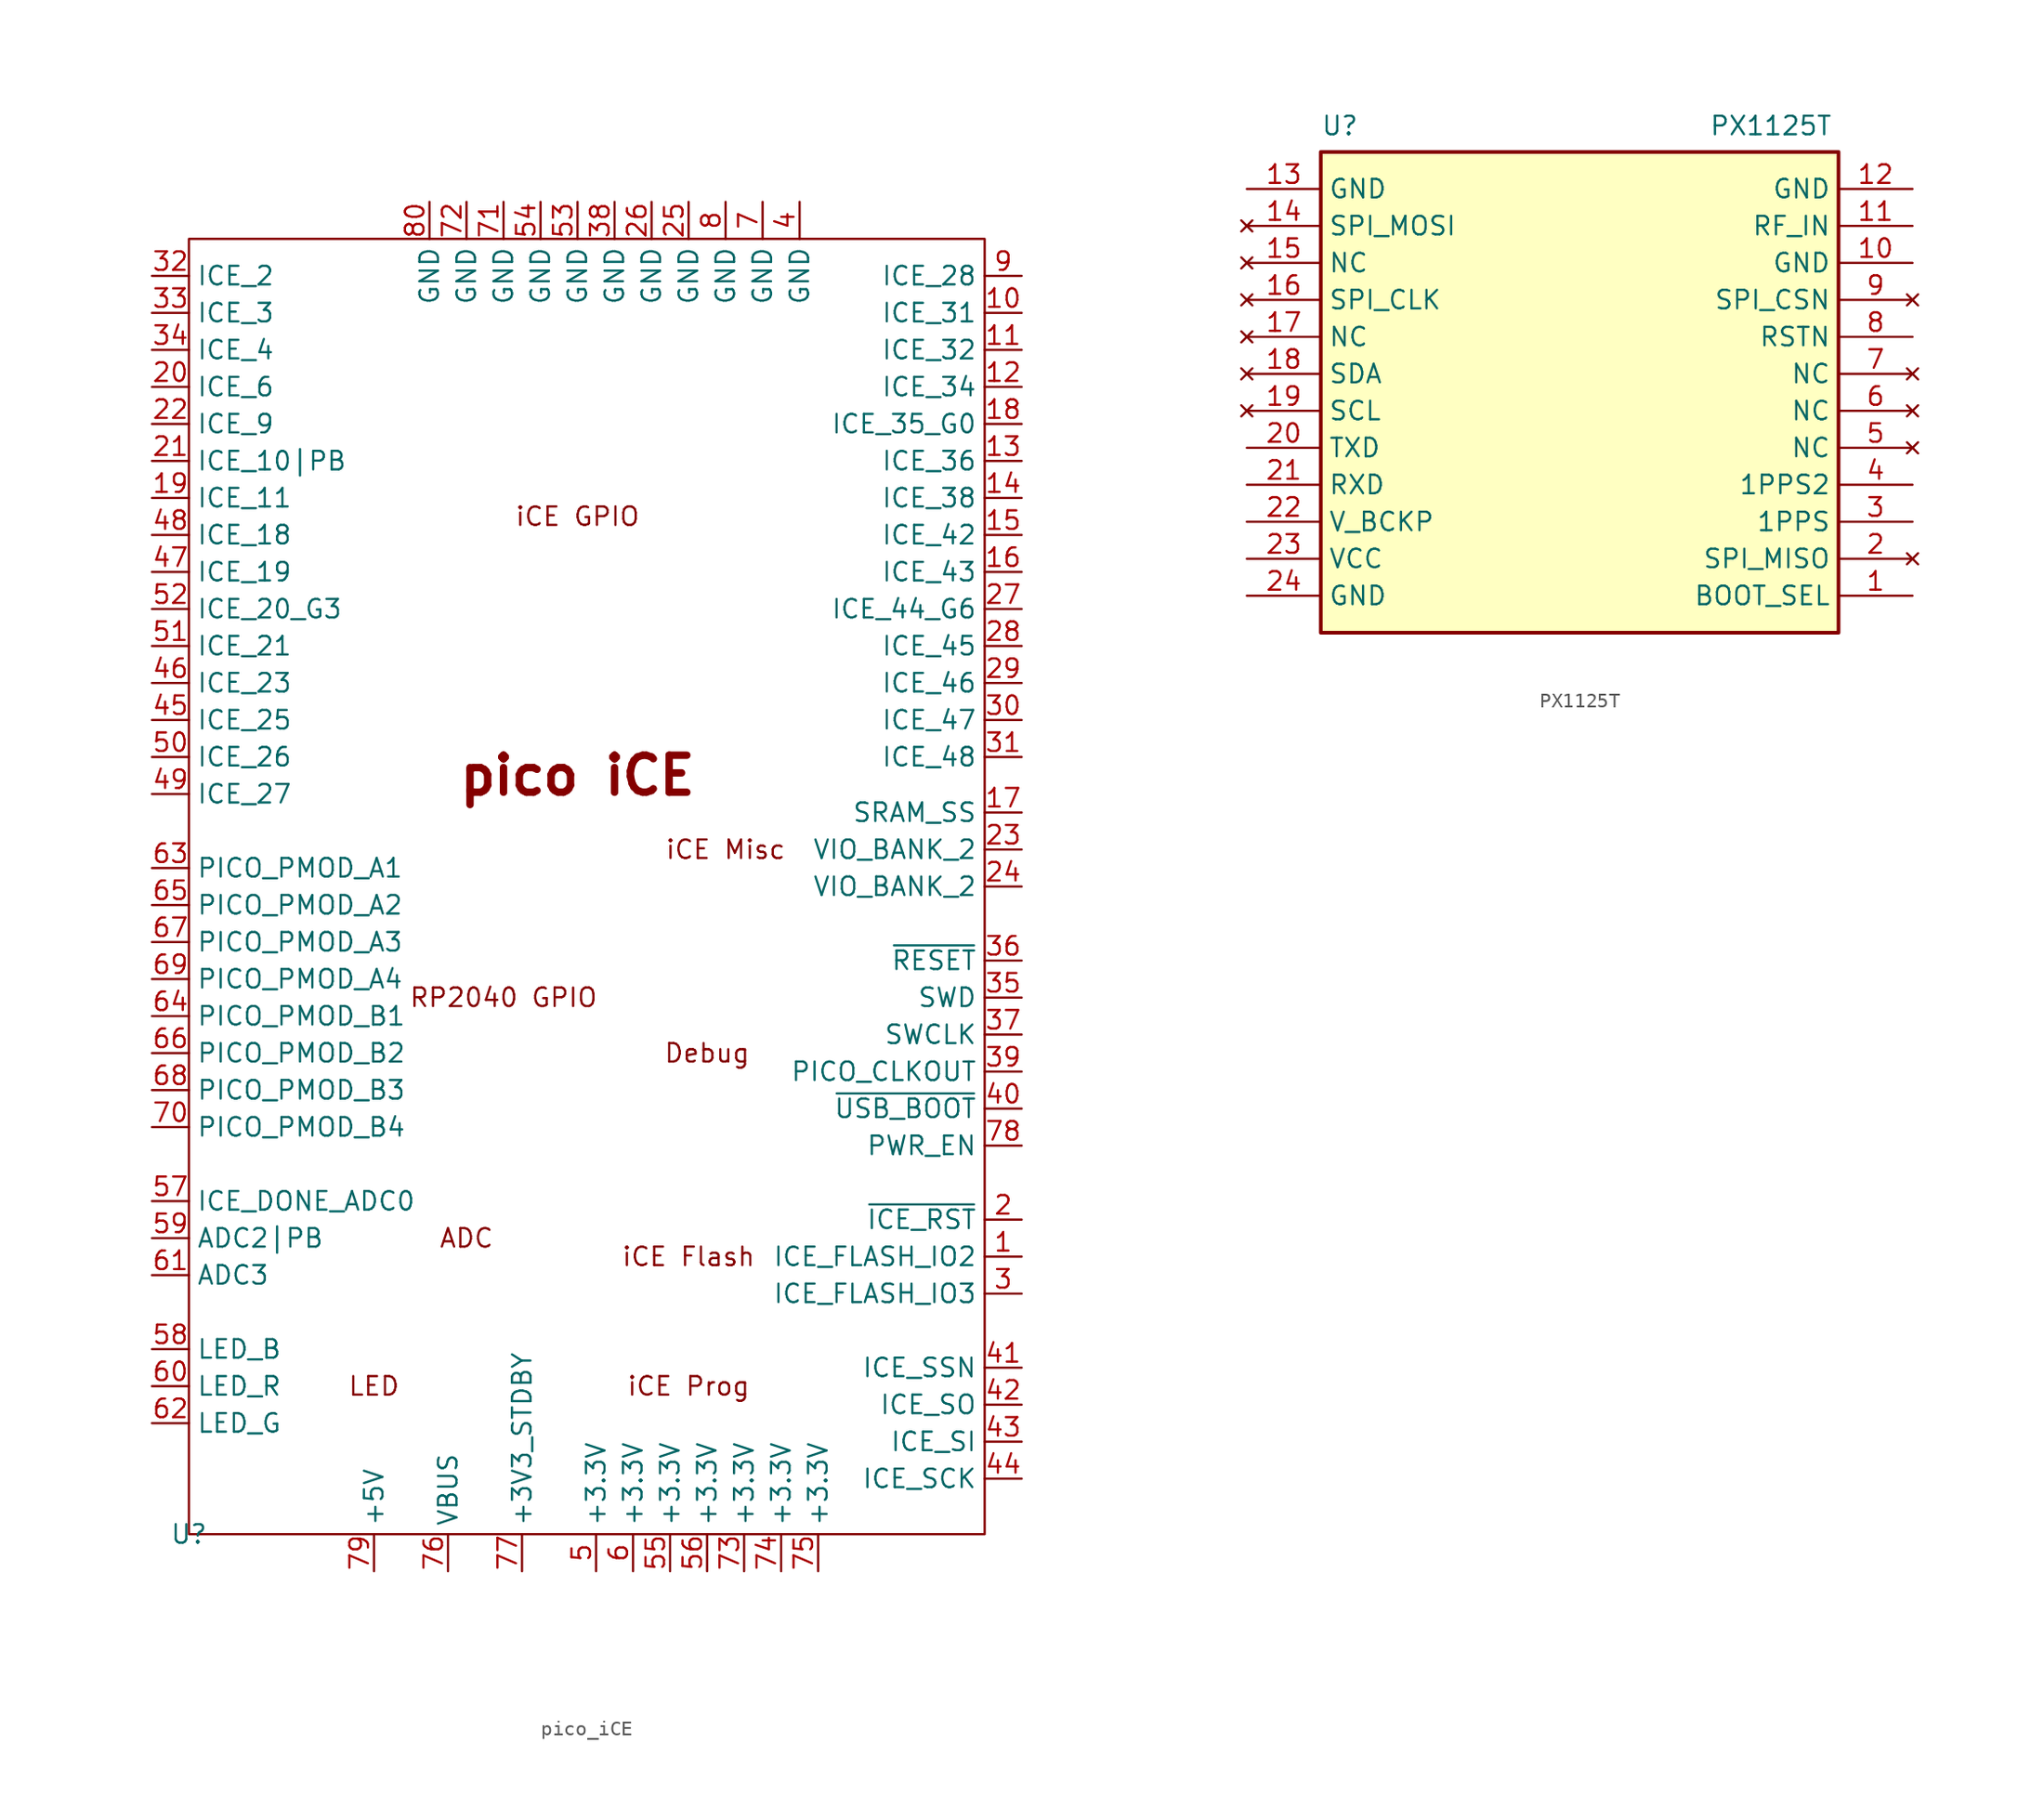
<source format=kicad_sym>
(kicad_symbol_lib
  (version 20220914)
  (generator kicad_symbol_editor)
  (symbol "pico_iCE"
    (property "Reference" "U"
      (at 0 0 0)
      (effects (font (size 1.27 1.27))))
    (property "Value" ""
      (at 0 0 0)
      (effects (font (size 1.27 1.27))))
    (symbol "pico_iCE_0_1"
      (rectangle (start 0 88.9) (end 54.61 0) (stroke (width 0) (type default)) (fill (type none))))
    (symbol "pico_iCE_1_1"
      (text "ADC" (at 19.05 20.32 0) (effects (font (size 1.27 1.27))))
      (text "Debug" (at 35.56 33.02 0) (effects (font (size 1.27 1.27))))
      (text "iCE Flash" (at 34.29 19.05 0) (effects (font (size 1.27 1.27))))
      (text "iCE GPIO" (at 26.67 69.85 0) (effects (font (size 1.27 1.27))))
      (text "iCE Misc" (at 36.83 46.99 0) (effects (font (size 1.27 1.27))))
      (text "iCE Prog" (at 34.29 10.16 0) (effects (font (size 1.27 1.27))))
      (text "LED" (at 12.7 10.16 0) (effects (font (size 1.27 1.27))))
      (text "pico iCE" (at 26.67 52.07 0) (effects (font (size 2.54 2.54) bold)))
      (text "RP2040 GPIO" (at 21.59 36.83 0) (effects (font (size 1.27 1.27))))
      (pin bidirectional line (at 57.15 19.05 180) (length 2.54) (name "ICE_FLASH_IO2" (effects (font (size 1.27 1.27)))) (number "1" (effects (font (size 1.27 1.27)))))
      (pin bidirectional line (at 57.15 83.82 180) (length 2.54) (name "ICE_31" (effects (font (size 1.27 1.27)))) (number "10" (effects (font (size 1.27 1.27)))))
      (pin bidirectional line (at 57.15 81.28 180) (length 2.54) (name "ICE_32" (effects (font (size 1.27 1.27)))) (number "11" (effects (font (size 1.27 1.27)))))
      (pin bidirectional line (at 57.15 78.74 180) (length 2.54) (name "ICE_34" (effects (font (size 1.27 1.27)))) (number "12" (effects (font (size 1.27 1.27)))))
      (pin bidirectional line (at 57.15 73.66 180) (length 2.54) (name "ICE_36" (effects (font (size 1.27 1.27)))) (number "13" (effects (font (size 1.27 1.27)))))
      (pin bidirectional line (at 57.15 71.12 180) (length 2.54) (name "ICE_38" (effects (font (size 1.27 1.27)))) (number "14" (effects (font (size 1.27 1.27)))))
      (pin bidirectional line (at 57.15 68.58 180) (length 2.54) (name "ICE_42" (effects (font (size 1.27 1.27)))) (number "15" (effects (font (size 1.27 1.27)))))
      (pin bidirectional line (at 57.15 66.04 180) (length 2.54) (name "ICE_43" (effects (font (size 1.27 1.27)))) (number "16" (effects (font (size 1.27 1.27)))))
      (pin bidirectional line (at 57.15 49.53 180) (length 2.54) (name "SRAM_SS" (effects (font (size 1.27 1.27)))) (number "17" (effects (font (size 1.27 1.27)))))
      (pin bidirectional line (at 57.15 76.2 180) (length 2.54) (name "ICE_35_G0" (effects (font (size 1.27 1.27)))) (number "18" (effects (font (size 1.27 1.27)))))
      (pin bidirectional line (at -2.54 71.12 0) (length 2.54) (name "ICE_11" (effects (font (size 1.27 1.27)))) (number "19" (effects (font (size 1.27 1.27)))))
      (pin bidirectional line (at 57.15 21.59 180) (length 2.54) (name "~{ICE_RST}" (effects (font (size 1.27 1.27)))) (number "2" (effects (font (size 1.27 1.27)))))
      (pin bidirectional line (at -2.54 78.74 0) (length 2.54) (name "ICE_6" (effects (font (size 1.27 1.27)))) (number "20" (effects (font (size 1.27 1.27)))))
      (pin bidirectional line (at -2.54 73.66 0) (length 2.54) (name "ICE_10|PB" (effects (font (size 1.27 1.27)))) (number "21" (effects (font (size 1.27 1.27)))))
      (pin bidirectional line (at -2.54 76.2 0) (length 2.54) (name "ICE_9" (effects (font (size 1.27 1.27)))) (number "22" (effects (font (size 1.27 1.27)))))
      (pin bidirectional line (at 57.15 46.99 180) (length 2.54) (name "VIO_BANK_2" (effects (font (size 1.27 1.27)))) (number "23" (effects (font (size 1.27 1.27)))))
      (pin bidirectional line (at 57.15 44.45 180) (length 2.54) (name "VIO_BANK_2" (effects (font (size 1.27 1.27)))) (number "24" (effects (font (size 1.27 1.27)))))
      (pin passive line (at 34.29 91.44 270) (length 2.54) (name "GND" (effects (font (size 1.27 1.27)))) (number "25" (effects (font (size 1.27 1.27)))))
      (pin passive line (at 31.75 91.44 270) (length 2.54) (name "GND" (effects (font (size 1.27 1.27)))) (number "26" (effects (font (size 1.27 1.27)))))
      (pin bidirectional line (at 57.15 63.5 180) (length 2.54) (name "ICE_44_G6" (effects (font (size 1.27 1.27)))) (number "27" (effects (font (size 1.27 1.27)))))
      (pin bidirectional line (at 57.15 60.96 180) (length 2.54) (name "ICE_45" (effects (font (size 1.27 1.27)))) (number "28" (effects (font (size 1.27 1.27)))))
      (pin bidirectional line (at 57.15 58.42 180) (length 2.54) (name "ICE_46" (effects (font (size 1.27 1.27)))) (number "29" (effects (font (size 1.27 1.27)))))
      (pin bidirectional line (at 57.15 16.51 180) (length 2.54) (name "ICE_FLASH_IO3" (effects (font (size 1.27 1.27)))) (number "3" (effects (font (size 1.27 1.27)))))
      (pin bidirectional line (at 57.15 55.88 180) (length 2.54) (name "ICE_47" (effects (font (size 1.27 1.27)))) (number "30" (effects (font (size 1.27 1.27)))))
      (pin bidirectional line (at 57.15 53.34 180) (length 2.54) (name "ICE_48" (effects (font (size 1.27 1.27)))) (number "31" (effects (font (size 1.27 1.27)))))
      (pin bidirectional line (at -2.54 86.36 0) (length 2.54) (name "ICE_2" (effects (font (size 1.27 1.27)))) (number "32" (effects (font (size 1.27 1.27)))))
      (pin bidirectional line (at -2.54 83.82 0) (length 2.54) (name "ICE_3" (effects (font (size 1.27 1.27)))) (number "33" (effects (font (size 1.27 1.27)))))
      (pin bidirectional line (at -2.54 81.28 0) (length 2.54) (name "ICE_4" (effects (font (size 1.27 1.27)))) (number "34" (effects (font (size 1.27 1.27)))))
      (pin bidirectional line (at 57.15 36.83 180) (length 2.54) (name "SWD" (effects (font (size 1.27 1.27)))) (number "35" (effects (font (size 1.27 1.27)))))
      (pin bidirectional line (at 57.15 39.37 180) (length 2.54) (name "~{RESET}" (effects (font (size 1.27 1.27)))) (number "36" (effects (font (size 1.27 1.27)))))
      (pin bidirectional line (at 57.15 34.29 180) (length 2.54) (name "SWCLK" (effects (font (size 1.27 1.27)))) (number "37" (effects (font (size 1.27 1.27)))))
      (pin passive line (at 29.21 91.44 270) (length 2.54) (name "GND" (effects (font (size 1.27 1.27)))) (number "38" (effects (font (size 1.27 1.27)))))
      (pin output line (at 57.15 31.75 180) (length 2.54) (name "PICO_CLKOUT" (effects (font (size 1.27 1.27)))) (number "39" (effects (font (size 1.27 1.27)))))
      (pin power_out line (at 41.91 91.44 270) (length 2.54) (name "GND" (effects (font (size 1.27 1.27)))) (number "4" (effects (font (size 1.27 1.27)))))
      (pin input line (at 57.15 29.21 180) (length 2.54) (name "~{USB_BOOT}" (effects (font (size 1.27 1.27)))) (number "40" (effects (font (size 1.27 1.27)))))
      (pin bidirectional line (at 57.15 11.43 180) (length 2.54) (name "ICE_SSN" (effects (font (size 1.27 1.27)))) (number "41" (effects (font (size 1.27 1.27)))))
      (pin bidirectional line (at 57.15 8.89 180) (length 2.54) (name "ICE_SO" (effects (font (size 1.27 1.27)))) (number "42" (effects (font (size 1.27 1.27)))))
      (pin bidirectional line (at 57.15 6.35 180) (length 2.54) (name "ICE_SI" (effects (font (size 1.27 1.27)))) (number "43" (effects (font (size 1.27 1.27)))))
      (pin bidirectional line (at 57.15 3.81 180) (length 2.54) (name "ICE_SCK" (effects (font (size 1.27 1.27)))) (number "44" (effects (font (size 1.27 1.27)))))
      (pin bidirectional line (at -2.54 55.88 0) (length 2.54) (name "ICE_25" (effects (font (size 1.27 1.27)))) (number "45" (effects (font (size 1.27 1.27)))))
      (pin bidirectional line (at -2.54 58.42 0) (length 2.54) (name "ICE_23" (effects (font (size 1.27 1.27)))) (number "46" (effects (font (size 1.27 1.27)))))
      (pin bidirectional line (at -2.54 66.04 0) (length 2.54) (name "ICE_19" (effects (font (size 1.27 1.27)))) (number "47" (effects (font (size 1.27 1.27)))))
      (pin bidirectional line (at -2.54 68.58 0) (length 2.54) (name "ICE_18" (effects (font (size 1.27 1.27)))) (number "48" (effects (font (size 1.27 1.27)))))
      (pin bidirectional line (at -2.54 50.8 0) (length 2.54) (name "ICE_27" (effects (font (size 1.27 1.27)))) (number "49" (effects (font (size 1.27 1.27)))))
      (pin power_out line (at 27.94 -2.54 90) (length 2.54) (name "+3.3V" (effects (font (size 1.27 1.27)))) (number "5" (effects (font (size 1.27 1.27)))))
      (pin bidirectional line (at -2.54 53.34 0) (length 2.54) (name "ICE_26" (effects (font (size 1.27 1.27)))) (number "50" (effects (font (size 1.27 1.27)))))
      (pin bidirectional line (at -2.54 60.96 0) (length 2.54) (name "ICE_21" (effects (font (size 1.27 1.27)))) (number "51" (effects (font (size 1.27 1.27)))))
      (pin bidirectional line (at -2.54 63.5 0) (length 2.54) (name "ICE_20_G3" (effects (font (size 1.27 1.27)))) (number "52" (effects (font (size 1.27 1.27)))))
      (pin passive line (at 26.67 91.44 270) (length 2.54) (name "GND" (effects (font (size 1.27 1.27)))) (number "53" (effects (font (size 1.27 1.27)))))
      (pin passive line (at 24.13 91.44 270) (length 2.54) (name "GND" (effects (font (size 1.27 1.27)))) (number "54" (effects (font (size 1.27 1.27)))))
      (pin passive line (at 33.02 -2.54 90) (length 2.54) (name "+3.3V" (effects (font (size 1.27 1.27)))) (number "55" (effects (font (size 1.27 1.27)))))
      (pin passive line (at 35.56 -2.54 90) (length 2.54) (name "+3.3V" (effects (font (size 1.27 1.27)))) (number "56" (effects (font (size 1.27 1.27)))))
      (pin input line (at -2.54 22.86 0) (length 2.54) (name "ICE_DONE_ADC0" (effects (font (size 1.27 1.27)))) (number "57" (effects (font (size 1.27 1.27)))))
      (pin output line (at -2.54 12.7 0) (length 2.54) (name "LED_B" (effects (font (size 1.27 1.27)))) (number "58" (effects (font (size 1.27 1.27)))))
      (pin input line (at -2.54 20.32 0) (length 2.54) (name "ADC2|PB" (effects (font (size 1.27 1.27)))) (number "59" (effects (font (size 1.27 1.27)))))
      (pin passive line (at 30.48 -2.54 90) (length 2.54) (name "+3.3V" (effects (font (size 1.27 1.27)))) (number "6" (effects (font (size 1.27 1.27)))))
      (pin output line (at -2.54 10.16 0) (length 2.54) (name "LED_R" (effects (font (size 1.27 1.27)))) (number "60" (effects (font (size 1.27 1.27)))))
      (pin input line (at -2.54 17.78 0) (length 2.54) (name "ADC3" (effects (font (size 1.27 1.27)))) (number "61" (effects (font (size 1.27 1.27)))))
      (pin output line (at -2.54 7.62 0) (length 2.54) (name "LED_G" (effects (font (size 1.27 1.27)))) (number "62" (effects (font (size 1.27 1.27)))))
      (pin bidirectional line (at -2.54 45.72 0) (length 2.54) (name "PICO_PMOD_A1" (effects (font (size 1.27 1.27)))) (number "63" (effects (font (size 1.27 1.27)))))
      (pin bidirectional line (at -2.54 35.56 0) (length 2.54) (name "PICO_PMOD_B1" (effects (font (size 1.27 1.27)))) (number "64" (effects (font (size 1.27 1.27)))))
      (pin bidirectional line (at -2.54 43.18 0) (length 2.54) (name "PICO_PMOD_A2" (effects (font (size 1.27 1.27)))) (number "65" (effects (font (size 1.27 1.27)))))
      (pin bidirectional line (at -2.54 33.02 0) (length 2.54) (name "PICO_PMOD_B2" (effects (font (size 1.27 1.27)))) (number "66" (effects (font (size 1.27 1.27)))))
      (pin bidirectional line (at -2.54 40.64 0) (length 2.54) (name "PICO_PMOD_A3" (effects (font (size 1.27 1.27)))) (number "67" (effects (font (size 1.27 1.27)))))
      (pin bidirectional line (at -2.54 30.48 0) (length 2.54) (name "PICO_PMOD_B3" (effects (font (size 1.27 1.27)))) (number "68" (effects (font (size 1.27 1.27)))))
      (pin bidirectional line (at -2.54 38.1 0) (length 2.54) (name "PICO_PMOD_A4" (effects (font (size 1.27 1.27)))) (number "69" (effects (font (size 1.27 1.27)))))
      (pin passive line (at 39.37 91.44 270) (length 2.54) (name "GND" (effects (font (size 1.27 1.27)))) (number "7" (effects (font (size 1.27 1.27)))))
      (pin bidirectional line (at -2.54 27.94 0) (length 2.54) (name "PICO_PMOD_B4" (effects (font (size 1.27 1.27)))) (number "70" (effects (font (size 1.27 1.27)))))
      (pin passive line (at 21.59 91.44 270) (length 2.54) (name "GND" (effects (font (size 1.27 1.27)))) (number "71" (effects (font (size 1.27 1.27)))))
      (pin passive line (at 19.05 91.44 270) (length 2.54) (name "GND" (effects (font (size 1.27 1.27)))) (number "72" (effects (font (size 1.27 1.27)))))
      (pin passive line (at 38.1 -2.54 90) (length 2.54) (name "+3.3V" (effects (font (size 1.27 1.27)))) (number "73" (effects (font (size 1.27 1.27)))))
      (pin passive line (at 40.64 -2.54 90) (length 2.54) (name "+3.3V" (effects (font (size 1.27 1.27)))) (number "74" (effects (font (size 1.27 1.27)))))
      (pin passive line (at 43.18 -2.54 90) (length 2.54) (name "+3.3V" (effects (font (size 1.27 1.27)))) (number "75" (effects (font (size 1.27 1.27)))))
      (pin power_out line (at 17.78 -2.54 90) (length 2.54) (name "VBUS" (effects (font (size 1.27 1.27)))) (number "76" (effects (font (size 1.27 1.27)))))
      (pin power_out line (at 22.86 -2.54 90) (length 2.54) (name "+3V3_STDBY" (effects (font (size 1.27 1.27)))) (number "77" (effects (font (size 1.27 1.27)))))
      (pin bidirectional line (at 57.15 26.67 180) (length 2.54) (name "PWR_EN" (effects (font (size 1.27 1.27)))) (number "78" (effects (font (size 1.27 1.27)))))
      (pin power_out line (at 12.7 -2.54 90) (length 2.54) (name "+5V" (effects (font (size 1.27 1.27)))) (number "79" (effects (font (size 1.27 1.27)))))
      (pin passive line (at 36.83 91.44 270) (length 2.54) (name "GND" (effects (font (size 1.27 1.27)))) (number "8" (effects (font (size 1.27 1.27)))))
      (pin passive line (at 16.51 91.44 270) (length 2.54) (name "GND" (effects (font (size 1.27 1.27)))) (number "80" (effects (font (size 1.27 1.27)))))
      (pin bidirectional line (at 57.15 86.36 180) (length 2.54) (name "ICE_28" (effects (font (size 1.27 1.27)))) (number "9" (effects (font (size 1.27 1.27)))))))
  (symbol "PX1125T"
    (property "Reference" "U"
      (at 5.08 5.08 0)
      (effects (font (size 1.27 1.27)) (justify left top)))
    (property "Value" "PX1125T"
      (at 31.75 5.08 0)
      (effects (font (size 1.27 1.27)) (justify left top)))
    (symbol "PX1125T_1_1"
      (rectangle (start 5.08 2.54) (end 40.64 -30.48) (stroke (width 0.254) (type default)) (fill (type background)))
      (pin input line (at 45.72 -27.94 180) (length 5.08) (name "BOOT_SEL" (effects (font (size 1.27 1.27)))) (number "1" (effects (font (size 1.27 1.27)))))
      (pin power_in line (at 45.72 -5.08 180) (length 5.08) (name "GND" (effects (font (size 1.27 1.27)))) (number "10" (effects (font (size 1.27 1.27)))))
      (pin input line (at 45.72 -2.54 180) (length 5.08) (name "RF_IN" (effects (font (size 1.27 1.27)))) (number "11" (effects (font (size 1.27 1.27)))))
      (pin power_in line (at 45.72 0 180) (length 5.08) (name "GND" (effects (font (size 1.27 1.27)))) (number "12" (effects (font (size 1.27 1.27)))))
      (pin power_in line (at 0 0 0) (length 5.08) (name "GND" (effects (font (size 1.27 1.27)))) (number "13" (effects (font (size 1.27 1.27)))))
      (pin no_connect line (at 0 -2.54 0) (length 5.08) (name "SPI_MOSI" (effects (font (size 1.27 1.27)))) (number "14" (effects (font (size 1.27 1.27)))))
      (pin no_connect line (at 0 -5.08 0) (length 5.08) (name "NC" (effects (font (size 1.27 1.27)))) (number "15" (effects (font (size 1.27 1.27)))))
      (pin no_connect line (at 0 -7.62 0) (length 5.08) (name "SPI_CLK" (effects (font (size 1.27 1.27)))) (number "16" (effects (font (size 1.27 1.27)))))
      (pin no_connect line (at 0 -10.16 0) (length 5.08) (name "NC" (effects (font (size 1.27 1.27)))) (number "17" (effects (font (size 1.27 1.27)))))
      (pin no_connect line (at 0 -12.7 0) (length 5.08) (name "SDA" (effects (font (size 1.27 1.27)))) (number "18" (effects (font (size 1.27 1.27)))))
      (pin no_connect line (at 0 -15.24 0) (length 5.08) (name "SCL" (effects (font (size 1.27 1.27)))) (number "19" (effects (font (size 1.27 1.27)))))
      (pin no_connect line (at 45.72 -25.4 180) (length 5.08) (name "SPI_MISO" (effects (font (size 1.27 1.27)))) (number "2" (effects (font (size 1.27 1.27)))))
      (pin output line (at 0 -17.78 0) (length 5.08) (name "TXD" (effects (font (size 1.27 1.27)))) (number "20" (effects (font (size 1.27 1.27)))))
      (pin input line (at 0 -20.32 0) (length 5.08) (name "RXD" (effects (font (size 1.27 1.27)))) (number "21" (effects (font (size 1.27 1.27)))))
      (pin power_in line (at 0 -22.86 0) (length 5.08) (name "V_BCKP" (effects (font (size 1.27 1.27)))) (number "22" (effects (font (size 1.27 1.27)))))
      (pin power_in line (at 0 -25.4 0) (length 5.08) (name "VCC" (effects (font (size 1.27 1.27)))) (number "23" (effects (font (size 1.27 1.27)))))
      (pin power_in line (at 0 -27.94 0) (length 5.08) (name "GND" (effects (font (size 1.27 1.27)))) (number "24" (effects (font (size 1.27 1.27)))))
      (pin output line (at 45.72 -22.86 180) (length 5.08) (name "1PPS" (effects (font (size 1.27 1.27)))) (number "3" (effects (font (size 1.27 1.27)))))
      (pin output line (at 45.72 -20.32 180) (length 5.08) (name "1PPS2" (effects (font (size 1.27 1.27)))) (number "4" (effects (font (size 1.27 1.27)))))
      (pin no_connect line (at 45.72 -17.78 180) (length 5.08) (name "NC" (effects (font (size 1.27 1.27)))) (number "5" (effects (font (size 1.27 1.27)))))
      (pin no_connect line (at 45.72 -15.24 180) (length 5.08) (name "NC" (effects (font (size 1.27 1.27)))) (number "6" (effects (font (size 1.27 1.27)))))
      (pin no_connect line (at 45.72 -12.7 180) (length 5.08) (name "NC" (effects (font (size 1.27 1.27)))) (number "7" (effects (font (size 1.27 1.27)))))
      (pin input line (at 45.72 -10.16 180) (length 5.08) (name "RSTN" (effects (font (size 1.27 1.27)))) (number "8" (effects (font (size 1.27 1.27)))))
      (pin no_connect line (at 45.72 -7.62 180) (length 5.08) (name "SPI_CSN" (effects (font (size 1.27 1.27)))) (number "9" (effects (font (size 1.27 1.27))))))))
</source>
